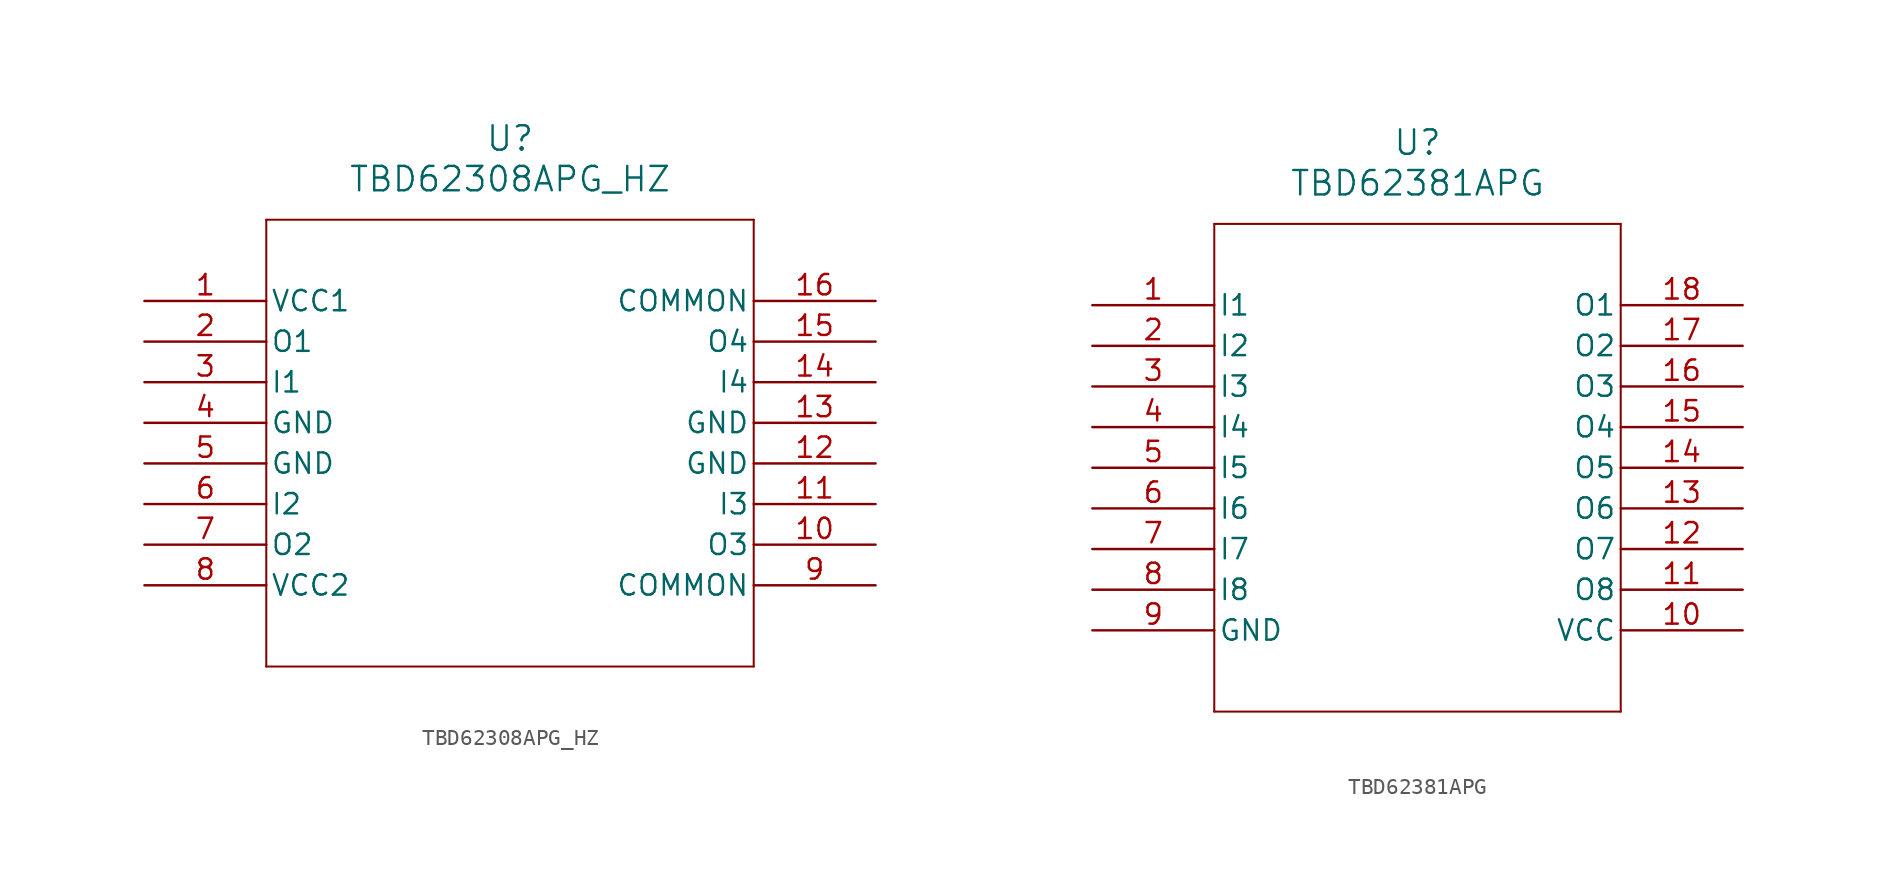
<source format=kicad_sym>
(kicad_symbol_lib
  (version 20241209)
  (generator "kicad_symbol_editor")
  (generator_version "9.0")
  (symbol "TBD62308APG_HZ"
    (pin_names
      (offset 0.254))
    (property "Reference" "U"
      (at 22.86 10.16 0)
      (effects (font (size 1.524 1.524))))
    (property "Value" "TBD62308APG_HZ"
      (at 22.86 7.62 0)
      (effects (font (size 1.524 1.524))))
    (property "ki_locked" ""
      (at 0 0 0)
      (effects (font (size 1.27 1.27))))
    (symbol "TBD62308APG_HZ_0_1"
      (polyline (pts (xy 7.62 5.08) (xy 7.62 -22.86)) (stroke (width 0.127) (type default)) (fill (type none)))
      (polyline (pts (xy 7.62 -22.86) (xy 38.1 -22.86)) (stroke (width 0.127) (type default)) (fill (type none)))
      (polyline (pts (xy 38.1 5.08) (xy 7.62 5.08)) (stroke (width 0.127) (type default)) (fill (type none)))
      (polyline (pts (xy 38.1 -22.86) (xy 38.1 5.08)) (stroke (width 0.127) (type default)) (fill (type none)))
      (pin power_in line (at 0 0 0) (length 7.62) (name "VCC1" (effects (font (size 1.27 1.27)))) (number "1" (effects (font (size 1.27 1.27)))))
      (pin output line (at 0 -2.54 0) (length 7.62) (name "O1" (effects (font (size 1.27 1.27)))) (number "2" (effects (font (size 1.27 1.27)))))
      (pin input line (at 0 -5.08 0) (length 7.62) (name "I1" (effects (font (size 1.27 1.27)))) (number "3" (effects (font (size 1.27 1.27)))))
      (pin power_out line (at 0 -7.62 0) (length 7.62) (name "GND" (effects (font (size 1.27 1.27)))) (number "4" (effects (font (size 1.27 1.27)))))
      (pin power_out line (at 0 -10.16 0) (length 7.62) (name "GND" (effects (font (size 1.27 1.27)))) (number "5" (effects (font (size 1.27 1.27)))))
      (pin input line (at 0 -12.7 0) (length 7.62) (name "I2" (effects (font (size 1.27 1.27)))) (number "6" (effects (font (size 1.27 1.27)))))
      (pin output line (at 0 -15.24 0) (length 7.62) (name "O2" (effects (font (size 1.27 1.27)))) (number "7" (effects (font (size 1.27 1.27)))))
      (pin power_in line (at 0 -17.78 0) (length 7.62) (name "VCC2" (effects (font (size 1.27 1.27)))) (number "8" (effects (font (size 1.27 1.27)))))
      (pin unspecified line (at 45.72 0 180) (length 7.62) (name "COMMON" (effects (font (size 1.27 1.27)))) (number "16" (effects (font (size 1.27 1.27)))))
      (pin output line (at 45.72 -2.54 180) (length 7.62) (name "O4" (effects (font (size 1.27 1.27)))) (number "15" (effects (font (size 1.27 1.27)))))
      (pin input line (at 45.72 -5.08 180) (length 7.62) (name "I4" (effects (font (size 1.27 1.27)))) (number "14" (effects (font (size 1.27 1.27)))))
      (pin power_out line (at 45.72 -7.62 180) (length 7.62) (name "GND" (effects (font (size 1.27 1.27)))) (number "13" (effects (font (size 1.27 1.27)))))
      (pin power_out line (at 45.72 -10.16 180) (length 7.62) (name "GND" (effects (font (size 1.27 1.27)))) (number "12" (effects (font (size 1.27 1.27)))))
      (pin input line (at 45.72 -12.7 180) (length 7.62) (name "I3" (effects (font (size 1.27 1.27)))) (number "11" (effects (font (size 1.27 1.27)))))
      (pin output line (at 45.72 -15.24 180) (length 7.62) (name "O3" (effects (font (size 1.27 1.27)))) (number "10" (effects (font (size 1.27 1.27)))))
      (pin unspecified line (at 45.72 -17.78 180) (length 7.62) (name "COMMON" (effects (font (size 1.27 1.27)))) (number "9" (effects (font (size 1.27 1.27)))))))
  (symbol "TBD62381APG"
    (pin_names
      (offset 0.254))
    (property "Reference" "U"
      (at 20.32 10.16 0)
      (effects (font (size 1.524 1.524))))
    (property "Value" "TBD62381APG"
      (at 20.32 7.62 0)
      (effects (font (size 1.524 1.524))))
    (property "ki_locked" ""
      (at 0 0 0)
      (effects (font (size 1.27 1.27))))
    (symbol "TBD62381APG_0_1"
      (polyline (pts (xy 7.62 5.08) (xy 7.62 -25.4)) (stroke (width 0.127) (type default)) (fill (type none)))
      (polyline (pts (xy 7.62 -25.4) (xy 33.02 -25.4)) (stroke (width 0.127) (type default)) (fill (type none)))
      (polyline (pts (xy 33.02 5.08) (xy 7.62 5.08)) (stroke (width 0.127) (type default)) (fill (type none)))
      (polyline (pts (xy 33.02 -25.4) (xy 33.02 5.08)) (stroke (width 0.127) (type default)) (fill (type none)))
      (pin input line (at 0 0 0) (length 7.62) (name "I1" (effects (font (size 1.27 1.27)))) (number "1" (effects (font (size 1.27 1.27)))))
      (pin input line (at 0 -2.54 0) (length 7.62) (name "I2" (effects (font (size 1.27 1.27)))) (number "2" (effects (font (size 1.27 1.27)))))
      (pin input line (at 0 -5.08 0) (length 7.62) (name "I3" (effects (font (size 1.27 1.27)))) (number "3" (effects (font (size 1.27 1.27)))))
      (pin input line (at 0 -7.62 0) (length 7.62) (name "I4" (effects (font (size 1.27 1.27)))) (number "4" (effects (font (size 1.27 1.27)))))
      (pin input line (at 0 -10.16 0) (length 7.62) (name "I5" (effects (font (size 1.27 1.27)))) (number "5" (effects (font (size 1.27 1.27)))))
      (pin input line (at 0 -12.7 0) (length 7.62) (name "I6" (effects (font (size 1.27 1.27)))) (number "6" (effects (font (size 1.27 1.27)))))
      (pin input line (at 0 -15.24 0) (length 7.62) (name "I7" (effects (font (size 1.27 1.27)))) (number "7" (effects (font (size 1.27 1.27)))))
      (pin input line (at 0 -17.78 0) (length 7.62) (name "I8" (effects (font (size 1.27 1.27)))) (number "8" (effects (font (size 1.27 1.27)))))
      (pin power_out line (at 0 -20.32 0) (length 7.62) (name "GND" (effects (font (size 1.27 1.27)))) (number "9" (effects (font (size 1.27 1.27)))))
      (pin output line (at 40.64 0 180) (length 7.62) (name "O1" (effects (font (size 1.27 1.27)))) (number "18" (effects (font (size 1.27 1.27)))))
      (pin output line (at 40.64 -2.54 180) (length 7.62) (name "O2" (effects (font (size 1.27 1.27)))) (number "17" (effects (font (size 1.27 1.27)))))
      (pin output line (at 40.64 -5.08 180) (length 7.62) (name "O3" (effects (font (size 1.27 1.27)))) (number "16" (effects (font (size 1.27 1.27)))))
      (pin output line (at 40.64 -7.62 180) (length 7.62) (name "O4" (effects (font (size 1.27 1.27)))) (number "15" (effects (font (size 1.27 1.27)))))
      (pin output line (at 40.64 -10.16 180) (length 7.62) (name "O5" (effects (font (size 1.27 1.27)))) (number "14" (effects (font (size 1.27 1.27)))))
      (pin output line (at 40.64 -12.7 180) (length 7.62) (name "O6" (effects (font (size 1.27 1.27)))) (number "13" (effects (font (size 1.27 1.27)))))
      (pin output line (at 40.64 -15.24 180) (length 7.62) (name "O7" (effects (font (size 1.27 1.27)))) (number "12" (effects (font (size 1.27 1.27)))))
      (pin output line (at 40.64 -17.78 180) (length 7.62) (name "O8" (effects (font (size 1.27 1.27)))) (number "11" (effects (font (size 1.27 1.27)))))
      (pin power_in line (at 40.64 -20.32 180) (length 7.62) (name "VCC" (effects (font (size 1.27 1.27)))) (number "10" (effects (font (size 1.27 1.27))))))))
</source>
